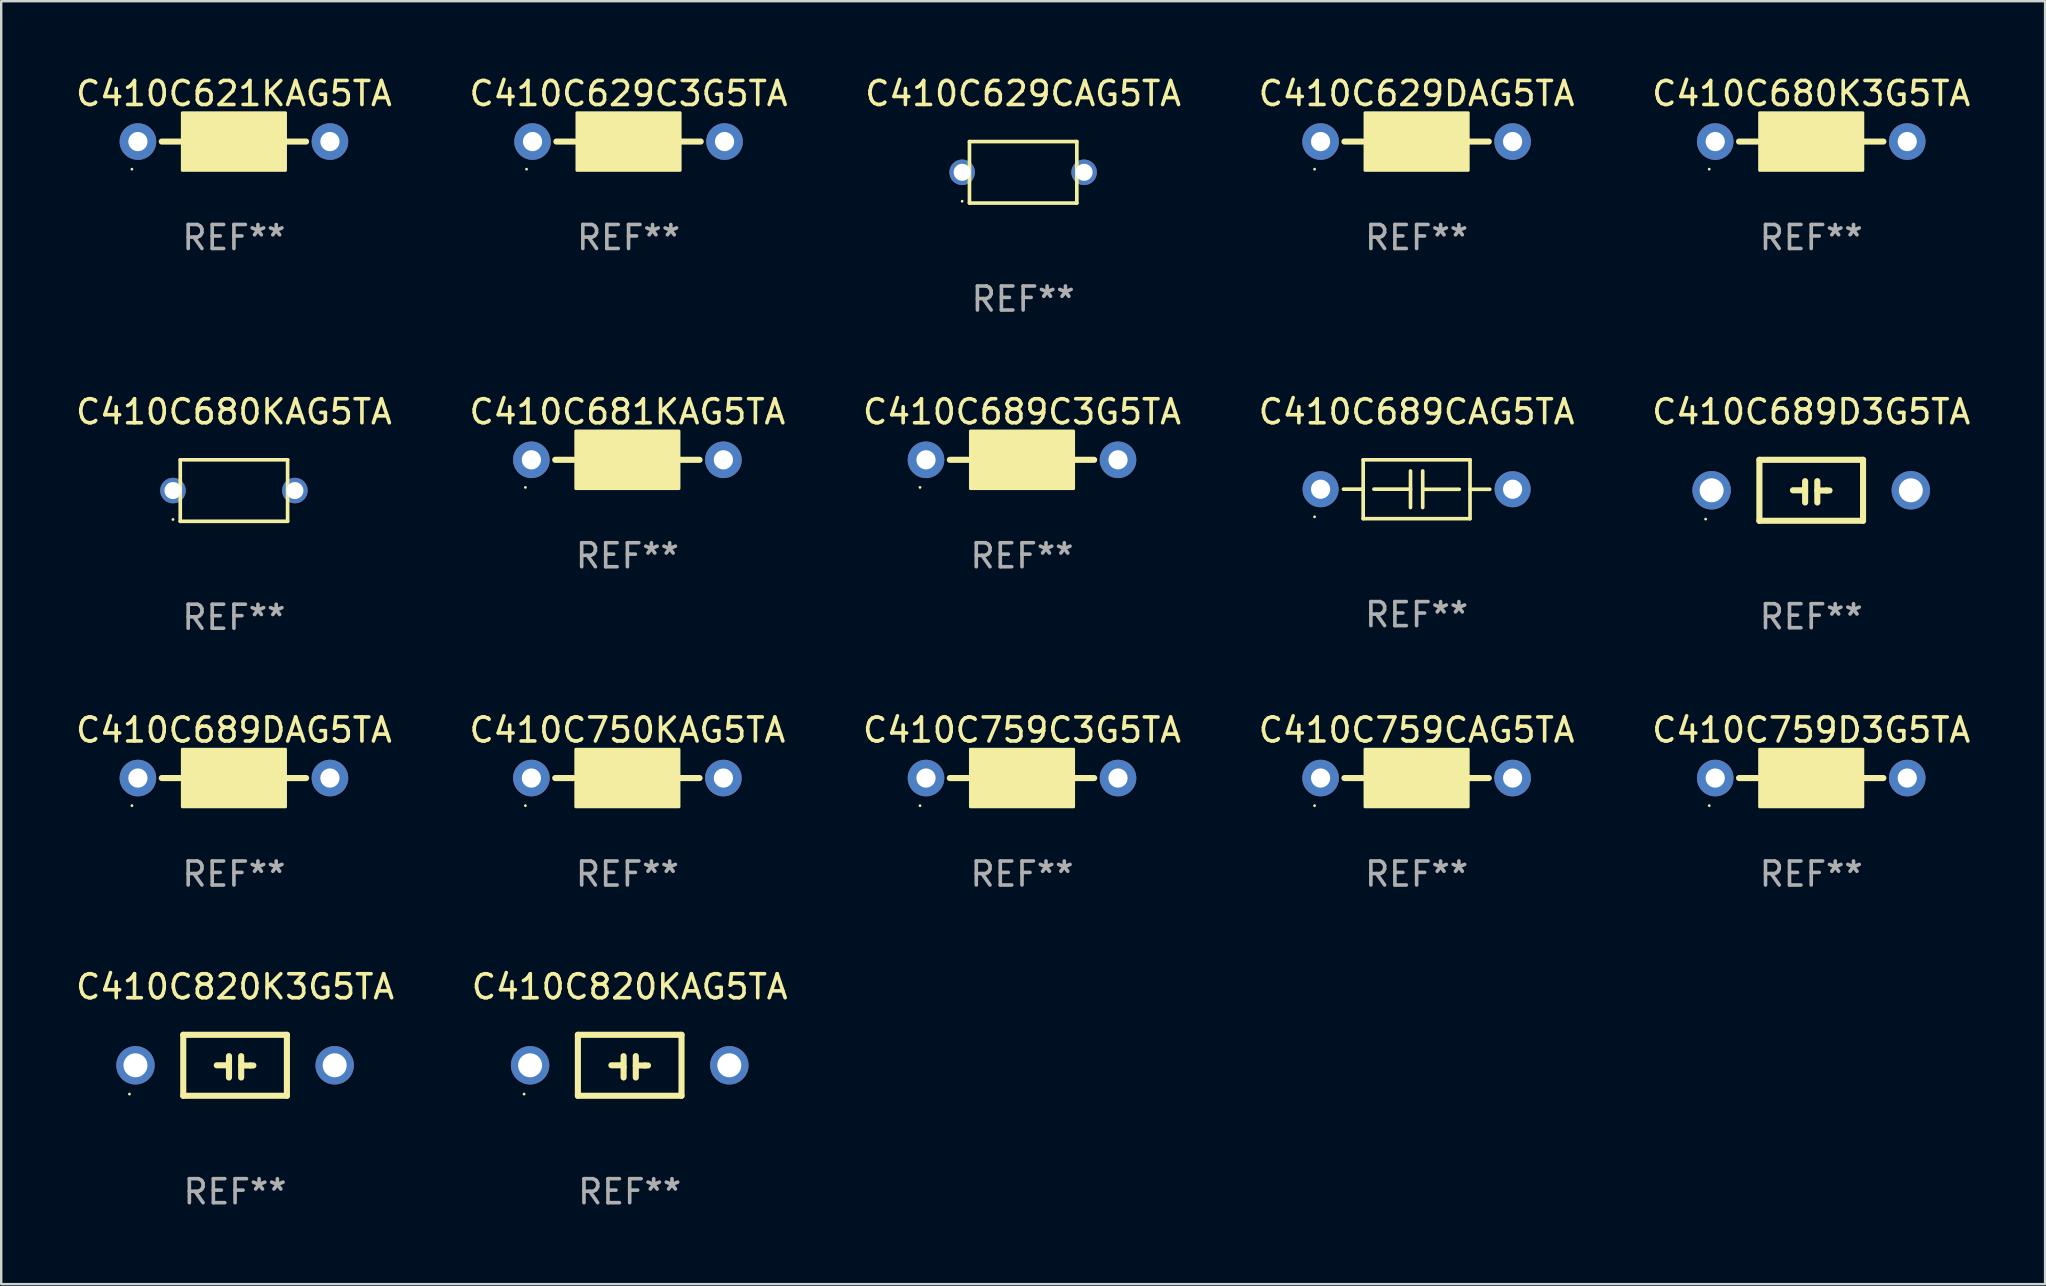
<source format=kicad_pcb>
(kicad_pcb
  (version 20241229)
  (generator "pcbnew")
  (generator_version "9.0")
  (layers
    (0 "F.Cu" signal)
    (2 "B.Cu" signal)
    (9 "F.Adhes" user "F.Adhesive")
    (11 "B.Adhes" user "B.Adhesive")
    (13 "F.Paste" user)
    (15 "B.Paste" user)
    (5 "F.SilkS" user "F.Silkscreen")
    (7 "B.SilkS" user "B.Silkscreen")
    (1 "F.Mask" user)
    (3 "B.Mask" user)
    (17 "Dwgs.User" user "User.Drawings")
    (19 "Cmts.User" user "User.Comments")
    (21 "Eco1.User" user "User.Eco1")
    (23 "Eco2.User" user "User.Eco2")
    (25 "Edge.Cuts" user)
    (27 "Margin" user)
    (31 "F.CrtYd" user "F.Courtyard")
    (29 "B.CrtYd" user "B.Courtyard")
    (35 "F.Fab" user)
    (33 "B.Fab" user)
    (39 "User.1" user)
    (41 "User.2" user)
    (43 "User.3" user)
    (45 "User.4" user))
  (footprint "C410C689CAG5TA"
    (layer "F.Cu")
    (at 55.97 17.333)
    (property "Reference" "C410C689CAG5TA" (at 0 -3.226 0) (layer "F.SilkS") (effects (font (size 1 1) (thickness 0.15))))
    (attr through_hole)
    (fp_line (start -2.226 -0.002) (end -3.048 -0.002) (stroke (width 0.152) (type solid)) (layer "F.SilkS"))
    (fp_line (start -2.226 -1.226) (end 2.226 -1.226) (stroke (width 0.152) (type solid)) (layer "F.SilkS"))
    (fp_line (start -2.226 1.226) (end -2.226 -1.226) (stroke (width 0.152) (type solid)) (layer "F.SilkS"))
    (fp_line (start -0.254 -0.762) (end -0.254 0.762) (stroke (width 0.152) (type solid)) (layer "F.SilkS"))
    (fp_line (start -0.254 -0.003) (end -1.778 -0.003) (stroke (width 0.152) (type solid)) (layer "F.SilkS"))
    (fp_line (start 0.254 0.003) (end 1.778 0.003) (stroke (width 0.152) (type solid)) (layer "F.SilkS"))
    (fp_line (start 0.254 0.762) (end 0.254 -0.762) (stroke (width 0.152) (type solid)) (layer "F.SilkS"))
    (fp_line (start 2.226 -1.226) (end 2.226 1.226) (stroke (width 0.152) (type solid)) (layer "F.SilkS"))
    (fp_line (start 2.226 0.002) (end 3.048 0.002) (stroke (width 0.152) (type solid)) (layer "F.SilkS"))
    (fp_line (start 2.226 1.226) (end -2.226 1.226) (stroke (width 0.152) (type solid)) (layer "F.SilkS"))
    (fp_circle (center -4.25 1.15) (end -4.22 1.15) (stroke (width 0.06) (type solid)) (fill no) (layer "F.SilkS"))
    (fp_text user "REF**" (at 0 5.226 0) (layer "F.Fab") (effects (font (size 1 1) (thickness 0.15))))
    (pad "1" thru_hole circle (at -4 0) (size 1.5 1.5) (drill 0.8) (layers "*.Cu" "*.Mask"))
    (pad "2" thru_hole circle (at 4 0) (size 1.5 1.5) (drill 0.8) (layers "*.Cu" "*.Mask")))
  (footprint "C410C750KAG5TA"
    (layer "F.Cu")
    (at 23.089 29.366)
    (property "Reference" "C410C750KAG5TA" (at 0 -2 0) (layer "F.SilkS") (effects (font (size 1 1) (thickness 0.15))))
    (attr through_hole)
    (fp_line (start -2.25 0) (end -3.007 0) (stroke (width 0.254) (type solid)) (layer "F.SilkS"))
    (fp_line (start 2.2 0) (end 3.007 0) (stroke (width 0.254) (type solid)) (layer "F.SilkS"))
    (fp_circle (center -4.25 1.15) (end -4.22 1.15) (stroke (width 0.06) (type solid)) (fill no) (layer "F.SilkS"))
    (fp_poly (pts (xy -2.15 -1.2) (xy 2.15 -1.2) (xy 2.15 1.2) (xy -2.15 1.2)) (stroke (width 0.12) (type solid)) (fill yes) (layer "F.SilkS"))
    (fp_text user "REF**" (at 0 4 0) (layer "F.Fab") (effects (font (size 1 1) (thickness 0.15))))
    (pad "1" thru_hole circle (at -4 0) (size 1.524 1.524) (drill 0.8) (layers "*.Cu" "*.Mask"))
    (pad "2" thru_hole circle (at 4 0) (size 1.524 1.524) (drill 0.8) (layers "*.Cu" "*.Mask")))
  (footprint "C410C689DAG5TA"
    (layer "F.Cu")
    (at 6.696 29.366)
    (property "Reference" "C410C689DAG5TA" (at 0 -2 0) (layer "F.SilkS") (effects (font (size 1 1) (thickness 0.15))))
    (attr through_hole)
    (fp_line (start -2.25 0) (end -3.007 0) (stroke (width 0.254) (type solid)) (layer "F.SilkS"))
    (fp_line (start 2.2 0) (end 3.007 0) (stroke (width 0.254) (type solid)) (layer "F.SilkS"))
    (fp_circle (center -4.25 1.15) (end -4.22 1.15) (stroke (width 0.06) (type solid)) (fill no) (layer "F.SilkS"))
    (fp_poly (pts (xy -2.15 -1.2) (xy 2.15 -1.2) (xy 2.15 1.2) (xy -2.15 1.2)) (stroke (width 0.12) (type solid)) (fill yes) (layer "F.SilkS"))
    (fp_text user "REF**" (at 0 4 0) (layer "F.Fab") (effects (font (size 1 1) (thickness 0.15))))
    (pad "1" thru_hole circle (at -4 0) (size 1.524 1.524) (drill 0.8) (layers "*.Cu" "*.Mask"))
    (pad "2" thru_hole circle (at 4 0) (size 1.524 1.524) (drill 0.8) (layers "*.Cu" "*.Mask")))
  (footprint "C410C820KAG5TA"
    (layer "F.Cu")
    (at 23.185 41.333)
    (property "Reference" "C410C820KAG5TA" (at 0 -3.27 0) (layer "F.SilkS") (effects (font (size 1 1) (thickness 0.15))))
    (attr through_hole)
    (fp_line (start -2.159 -1.27) (end -2.159 1.27) (stroke (width 0.254) (type solid)) (layer "F.SilkS"))
    (fp_line (start -2.159 1.27) (end 2.159 1.27) (stroke (width 0.254) (type solid)) (layer "F.SilkS"))
    (fp_line (start -0.762 0) (end -0.322 0) (stroke (width 0.254) (type solid)) (layer "F.SilkS"))
    (fp_line (start -0.322 0) (end -0.254 0.068) (stroke (width 0.254) (type solid)) (layer "F.SilkS"))
    (fp_line (start -0.254 -0.381) (end -0.254 0.508) (stroke (width 0.254) (type solid)) (layer "F.SilkS"))
    (fp_line (start 0.254 -0.381) (end 0.254 0.508) (stroke (width 0.254) (type solid)) (layer "F.SilkS"))
    (fp_line (start 0.254 0.008) (end 0.635 0.008) (stroke (width 0.254) (type solid)) (layer "F.SilkS"))
    (fp_line (start 0.635 0.008) (end 0.762 0.008) (stroke (width 0.254) (type solid)) (layer "F.SilkS"))
    (fp_line (start 2.159 -1.27) (end -2.159 -1.27) (stroke (width 0.254) (type solid)) (layer "F.SilkS"))
    (fp_line (start 2.159 1.27) (end 2.159 -1.27) (stroke (width 0.254) (type solid)) (layer "F.SilkS"))
    (fp_circle (center -4.4 1.2) (end -4.37 1.2) (stroke (width 0.06) (type solid)) (fill no) (layer "F.SilkS"))
    (fp_text user "REF**" (at 0 5.27 0) (layer "F.Fab") (effects (font (size 1 1) (thickness 0.15))))
    (pad "1" thru_hole circle (at -4.15 0) (size 1.6 1.6) (drill 1) (layers "*.Cu" "*.Mask"))
    (pad "2" thru_hole circle (at 4.15 0) (size 1.6 1.6) (drill 1) (layers "*.Cu" "*.Mask")))
  (footprint "C410C689D3G5TA"
    (layer "F.Cu")
    (at 72.411 17.377)
    (property "Reference" "C410C689D3G5TA" (at 0 -3.27 0) (layer "F.SilkS") (effects (font (size 1 1) (thickness 0.15))))
    (attr through_hole)
    (fp_line (start -2.159 -1.27) (end -2.159 1.27) (stroke (width 0.254) (type solid)) (layer "F.SilkS"))
    (fp_line (start -2.159 1.27) (end 2.159 1.27) (stroke (width 0.254) (type solid)) (layer "F.SilkS"))
    (fp_line (start -0.762 0) (end -0.322 0) (stroke (width 0.254) (type solid)) (layer "F.SilkS"))
    (fp_line (start -0.322 0) (end -0.254 0.068) (stroke (width 0.254) (type solid)) (layer "F.SilkS"))
    (fp_line (start -0.254 -0.381) (end -0.254 0.508) (stroke (width 0.254) (type solid)) (layer "F.SilkS"))
    (fp_line (start 0.254 -0.381) (end 0.254 0.508) (stroke (width 0.254) (type solid)) (layer "F.SilkS"))
    (fp_line (start 0.254 0.008) (end 0.635 0.008) (stroke (width 0.254) (type solid)) (layer "F.SilkS"))
    (fp_line (start 0.635 0.008) (end 0.762 0.008) (stroke (width 0.254) (type solid)) (layer "F.SilkS"))
    (fp_line (start 2.159 -1.27) (end -2.159 -1.27) (stroke (width 0.254) (type solid)) (layer "F.SilkS"))
    (fp_line (start 2.159 1.27) (end 2.159 -1.27) (stroke (width 0.254) (type solid)) (layer "F.SilkS"))
    (fp_circle (center -4.4 1.2) (end -4.37 1.2) (stroke (width 0.06) (type solid)) (fill no) (layer "F.SilkS"))
    (fp_text user "REF**" (at 0 5.27 0) (layer "F.Fab") (effects (font (size 1 1) (thickness 0.15))))
    (pad "1" thru_hole circle (at -4.15 0) (size 1.6 1.6) (drill 1) (layers "*.Cu" "*.Mask"))
    (pad "2" thru_hole circle (at 4.15 0) (size 1.6 1.6) (drill 1) (layers "*.Cu" "*.Mask")))
  (footprint "C410C689C3G5TA"
    (layer "F.Cu")
    (at 39.53 16.107)
    (property "Reference" "C410C689C3G5TA" (at 0 -2 0) (layer "F.SilkS") (effects (font (size 1 1) (thickness 0.15))))
    (attr through_hole)
    (fp_line (start -2.25 0) (end -3.007 0) (stroke (width 0.254) (type solid)) (layer "F.SilkS"))
    (fp_line (start 2.2 0) (end 3.007 0) (stroke (width 0.254) (type solid)) (layer "F.SilkS"))
    (fp_circle (center -4.25 1.15) (end -4.22 1.15) (stroke (width 0.06) (type solid)) (fill no) (layer "F.SilkS"))
    (fp_poly (pts (xy -2.15 -1.2) (xy 2.15 -1.2) (xy 2.15 1.2) (xy -2.15 1.2)) (stroke (width 0.12) (type solid)) (fill yes) (layer "F.SilkS"))
    (fp_text user "REF**" (at 0 4 0) (layer "F.Fab") (effects (font (size 1 1) (thickness 0.15))))
    (pad "1" thru_hole circle (at -4 0) (size 1.524 1.524) (drill 0.8) (layers "*.Cu" "*.Mask"))
    (pad "2" thru_hole circle (at 4 0) (size 1.524 1.524) (drill 0.8) (layers "*.Cu" "*.Mask")))
  (footprint "C410C680K3G5TA"
    (layer "F.Cu")
    (at 72.411 2.848)
    (property "Reference" "C410C680K3G5TA" (at 0 -2 0) (layer "F.SilkS") (effects (font (size 1 1) (thickness 0.15))))
    (attr through_hole)
    (fp_line (start -2.25 0) (end -3.007 0) (stroke (width 0.254) (type solid)) (layer "F.SilkS"))
    (fp_line (start 2.2 0) (end 3.007 0) (stroke (width 0.254) (type solid)) (layer "F.SilkS"))
    (fp_circle (center -4.25 1.15) (end -4.22 1.15) (stroke (width 0.06) (type solid)) (fill no) (layer "F.SilkS"))
    (fp_poly (pts (xy -2.15 -1.2) (xy 2.15 -1.2) (xy 2.15 1.2) (xy -2.15 1.2)) (stroke (width 0.12) (type solid)) (fill yes) (layer "F.SilkS"))
    (fp_text user "REF**" (at 0 4 0) (layer "F.Fab") (effects (font (size 1 1) (thickness 0.15))))
    (pad "1" thru_hole circle (at -4 0) (size 1.524 1.524) (drill 0.8) (layers "*.Cu" "*.Mask"))
    (pad "2" thru_hole circle (at 4 0) (size 1.524 1.524) (drill 0.8) (layers "*.Cu" "*.Mask")))
  (footprint "C410C680KAG5TA"
    (layer "F.Cu")
    (at 6.696 17.388)
    (property "Reference" "C410C680KAG5TA" (at 0 -3.281 0) (layer "F.SilkS") (effects (font (size 1 1) (thickness 0.15))))
    (attr through_hole)
    (fp_line (start -2.236 -1.281) (end 2.236 -1.281) (stroke (width 0.152) (type solid)) (layer "F.SilkS"))
    (fp_line (start -2.236 1.281) (end -2.236 -1.281) (stroke (width 0.152) (type solid)) (layer "F.SilkS"))
    (fp_line (start 2.236 -1.281) (end 2.236 1.281) (stroke (width 0.152) (type solid)) (layer "F.SilkS"))
    (fp_line (start 2.236 1.281) (end -2.236 1.281) (stroke (width 0.152) (type solid)) (layer "F.SilkS"))
    (fp_circle (center -2.54 1.205) (end -2.51 1.205) (stroke (width 0.06) (type solid)) (fill no) (layer "F.SilkS"))
    (fp_text user "REF**" (at 0 5.281 0) (layer "F.Fab") (effects (font (size 1 1) (thickness 0.15))))
    (pad "1" thru_hole circle (at -2.54 0) (size 1.065 1.065) (drill 0.71) (layers "*.Cu" "*.Mask"))
    (pad "2" thru_hole circle (at 2.54 0) (size 1.065 1.065) (drill 0.71) (layers "*.Cu" "*.Mask")))
  (footprint "C410C629C3G5TA"
    (layer "F.Cu")
    (at 23.137 2.848)
    (property "Reference" "C410C629C3G5TA" (at 0 -2 0) (layer "F.SilkS") (effects (font (size 1 1) (thickness 0.15))))
    (attr through_hole)
    (fp_line (start -2.25 0) (end -3.007 0) (stroke (width 0.254) (type solid)) (layer "F.SilkS"))
    (fp_line (start 2.2 0) (end 3.007 0) (stroke (width 0.254) (type solid)) (layer "F.SilkS"))
    (fp_circle (center -4.25 1.15) (end -4.22 1.15) (stroke (width 0.06) (type solid)) (fill no) (layer "F.SilkS"))
    (fp_poly (pts (xy -2.15 -1.2) (xy 2.15 -1.2) (xy 2.15 1.2) (xy -2.15 1.2)) (stroke (width 0.12) (type solid)) (fill yes) (layer "F.SilkS"))
    (fp_text user "REF**" (at 0 4 0) (layer "F.Fab") (effects (font (size 1 1) (thickness 0.15))))
    (pad "1" thru_hole circle (at -4 0) (size 1.524 1.524) (drill 0.8) (layers "*.Cu" "*.Mask"))
    (pad "2" thru_hole circle (at 4 0) (size 1.524 1.524) (drill 0.8) (layers "*.Cu" "*.Mask")))
  (footprint "C410C621KAG5TA"
    (layer "F.Cu")
    (at 6.696 2.848)
    (property "Reference" "C410C621KAG5TA" (at 0 -2 0) (layer "F.SilkS") (effects (font (size 1 1) (thickness 0.15))))
    (attr through_hole)
    (fp_line (start -2.25 0) (end -3.007 0) (stroke (width 0.254) (type solid)) (layer "F.SilkS"))
    (fp_line (start 2.2 0) (end 3.007 0) (stroke (width 0.254) (type solid)) (layer "F.SilkS"))
    (fp_circle (center -4.25 1.15) (end -4.22 1.15) (stroke (width 0.06) (type solid)) (fill no) (layer "F.SilkS"))
    (fp_poly (pts (xy -2.15 -1.2) (xy 2.15 -1.2) (xy 2.15 1.2) (xy -2.15 1.2)) (stroke (width 0.12) (type solid)) (fill yes) (layer "F.SilkS"))
    (fp_text user "REF**" (at 0 4 0) (layer "F.Fab") (effects (font (size 1 1) (thickness 0.15))))
    (pad "1" thru_hole circle (at -4 0) (size 1.524 1.524) (drill 0.8) (layers "*.Cu" "*.Mask"))
    (pad "2" thru_hole circle (at 4 0) (size 1.524 1.524) (drill 0.8) (layers "*.Cu" "*.Mask")))
  (footprint "C410C681KAG5TA"
    (layer "F.Cu")
    (at 23.089 16.107)
    (property "Reference" "C410C681KAG5TA" (at 0 -2 0) (layer "F.SilkS") (effects (font (size 1 1) (thickness 0.15))))
    (attr through_hole)
    (fp_line (start -2.25 0) (end -3.007 0) (stroke (width 0.254) (type solid)) (layer "F.SilkS"))
    (fp_line (start 2.2 0) (end 3.007 0) (stroke (width 0.254) (type solid)) (layer "F.SilkS"))
    (fp_circle (center -4.25 1.15) (end -4.22 1.15) (stroke (width 0.06) (type solid)) (fill no) (layer "F.SilkS"))
    (fp_poly (pts (xy -2.15 -1.2) (xy 2.15 -1.2) (xy 2.15 1.2) (xy -2.15 1.2)) (stroke (width 0.12) (type solid)) (fill yes) (layer "F.SilkS"))
    (fp_text user "REF**" (at 0 4 0) (layer "F.Fab") (effects (font (size 1 1) (thickness 0.15))))
    (pad "1" thru_hole circle (at -4 0) (size 1.524 1.524) (drill 0.8) (layers "*.Cu" "*.Mask"))
    (pad "2" thru_hole circle (at 4 0) (size 1.524 1.524) (drill 0.8) (layers "*.Cu" "*.Mask")))
  (footprint "C410C820K3G5TA"
    (layer "F.Cu")
    (at 6.744 41.333)
    (property "Reference" "C410C820K3G5TA" (at 0 -3.27 0) (layer "F.SilkS") (effects (font (size 1 1) (thickness 0.15))))
    (attr through_hole)
    (fp_line (start -2.159 -1.27) (end -2.159 1.27) (stroke (width 0.254) (type solid)) (layer "F.SilkS"))
    (fp_line (start -2.159 1.27) (end 2.159 1.27) (stroke (width 0.254) (type solid)) (layer "F.SilkS"))
    (fp_line (start -0.762 0) (end -0.322 0) (stroke (width 0.254) (type solid)) (layer "F.SilkS"))
    (fp_line (start -0.322 0) (end -0.254 0.068) (stroke (width 0.254) (type solid)) (layer "F.SilkS"))
    (fp_line (start -0.254 -0.381) (end -0.254 0.508) (stroke (width 0.254) (type solid)) (layer "F.SilkS"))
    (fp_line (start 0.254 -0.381) (end 0.254 0.508) (stroke (width 0.254) (type solid)) (layer "F.SilkS"))
    (fp_line (start 0.254 0.008) (end 0.635 0.008) (stroke (width 0.254) (type solid)) (layer "F.SilkS"))
    (fp_line (start 0.635 0.008) (end 0.762 0.008) (stroke (width 0.254) (type solid)) (layer "F.SilkS"))
    (fp_line (start 2.159 -1.27) (end -2.159 -1.27) (stroke (width 0.254) (type solid)) (layer "F.SilkS"))
    (fp_line (start 2.159 1.27) (end 2.159 -1.27) (stroke (width 0.254) (type solid)) (layer "F.SilkS"))
    (fp_circle (center -4.4 1.2) (end -4.37 1.2) (stroke (width 0.06) (type solid)) (fill no) (layer "F.SilkS"))
    (fp_text user "REF**" (at 0 5.27 0) (layer "F.Fab") (effects (font (size 1 1) (thickness 0.15))))
    (pad "1" thru_hole circle (at -4.15 0) (size 1.6 1.6) (drill 1) (layers "*.Cu" "*.Mask"))
    (pad "2" thru_hole circle (at 4.15 0) (size 1.6 1.6) (drill 1) (layers "*.Cu" "*.Mask")))
  (footprint "C410C629CAG5TA"
    (layer "F.Cu")
    (at 39.577 4.129)
    (property "Reference" "C410C629CAG5TA" (at 0 -3.281 0) (layer "F.SilkS") (effects (font (size 1 1) (thickness 0.15))))
    (attr through_hole)
    (fp_line (start -2.236 -1.281) (end 2.236 -1.281) (stroke (width 0.152) (type solid)) (layer "F.SilkS"))
    (fp_line (start -2.236 1.281) (end -2.236 -1.281) (stroke (width 0.152) (type solid)) (layer "F.SilkS"))
    (fp_line (start 2.236 -1.281) (end 2.236 1.281) (stroke (width 0.152) (type solid)) (layer "F.SilkS"))
    (fp_line (start 2.236 1.281) (end -2.236 1.281) (stroke (width 0.152) (type solid)) (layer "F.SilkS"))
    (fp_circle (center -2.54 1.205) (end -2.51 1.205) (stroke (width 0.06) (type solid)) (fill no) (layer "F.SilkS"))
    (fp_text user "REF**" (at 0 5.281 0) (layer "F.Fab") (effects (font (size 1 1) (thickness 0.15))))
    (pad "1" thru_hole circle (at -2.54 0) (size 1.065 1.065) (drill 0.71) (layers "*.Cu" "*.Mask"))
    (pad "2" thru_hole circle (at 2.54 0) (size 1.065 1.065) (drill 0.71) (layers "*.Cu" "*.Mask")))
  (footprint "C410C759CAG5TA"
    (layer "F.Cu")
    (at 55.97 29.366)
    (property "Reference" "C410C759CAG5TA" (at 0 -2 0) (layer "F.SilkS") (effects (font (size 1 1) (thickness 0.15))))
    (attr through_hole)
    (fp_line (start -2.25 0) (end -3.007 0) (stroke (width 0.254) (type solid)) (layer "F.SilkS"))
    (fp_line (start 2.2 0) (end 3.007 0) (stroke (width 0.254) (type solid)) (layer "F.SilkS"))
    (fp_circle (center -4.25 1.15) (end -4.22 1.15) (stroke (width 0.06) (type solid)) (fill no) (layer "F.SilkS"))
    (fp_poly (pts (xy -2.15 -1.2) (xy 2.15 -1.2) (xy 2.15 1.2) (xy -2.15 1.2)) (stroke (width 0.12) (type solid)) (fill yes) (layer "F.SilkS"))
    (fp_text user "REF**" (at 0 4 0) (layer "F.Fab") (effects (font (size 1 1) (thickness 0.15))))
    (pad "1" thru_hole circle (at -4 0) (size 1.524 1.524) (drill 0.8) (layers "*.Cu" "*.Mask"))
    (pad "2" thru_hole circle (at 4 0) (size 1.524 1.524) (drill 0.8) (layers "*.Cu" "*.Mask")))
  (footprint "C410C629DAG5TA"
    (layer "F.Cu")
    (at 55.97 2.848)
    (property "Reference" "C410C629DAG5TA" (at 0 -2 0) (layer "F.SilkS") (effects (font (size 1 1) (thickness 0.15))))
    (attr through_hole)
    (fp_line (start -2.25 0) (end -3.007 0) (stroke (width 0.254) (type solid)) (layer "F.SilkS"))
    (fp_line (start 2.2 0) (end 3.007 0) (stroke (width 0.254) (type solid)) (layer "F.SilkS"))
    (fp_circle (center -4.25 1.15) (end -4.22 1.15) (stroke (width 0.06) (type solid)) (fill no) (layer "F.SilkS"))
    (fp_poly (pts (xy -2.15 -1.2) (xy 2.15 -1.2) (xy 2.15 1.2) (xy -2.15 1.2)) (stroke (width 0.12) (type solid)) (fill yes) (layer "F.SilkS"))
    (fp_text user "REF**" (at 0 4 0) (layer "F.Fab") (effects (font (size 1 1) (thickness 0.15))))
    (pad "1" thru_hole circle (at -4 0) (size 1.524 1.524) (drill 0.8) (layers "*.Cu" "*.Mask"))
    (pad "2" thru_hole circle (at 4 0) (size 1.524 1.524) (drill 0.8) (layers "*.Cu" "*.Mask")))
  (footprint "C410C759D3G5TA"
    (layer "F.Cu")
    (at 72.411 29.366)
    (property "Reference" "C410C759D3G5TA" (at 0 -2 0) (layer "F.SilkS") (effects (font (size 1 1) (thickness 0.15))))
    (attr through_hole)
    (fp_line (start -2.25 0) (end -3.007 0) (stroke (width 0.254) (type solid)) (layer "F.SilkS"))
    (fp_line (start 2.2 0) (end 3.007 0) (stroke (width 0.254) (type solid)) (layer "F.SilkS"))
    (fp_circle (center -4.25 1.15) (end -4.22 1.15) (stroke (width 0.06) (type solid)) (fill no) (layer "F.SilkS"))
    (fp_poly (pts (xy -2.15 -1.2) (xy 2.15 -1.2) (xy 2.15 1.2) (xy -2.15 1.2)) (stroke (width 0.12) (type solid)) (fill yes) (layer "F.SilkS"))
    (fp_text user "REF**" (at 0 4 0) (layer "F.Fab") (effects (font (size 1 1) (thickness 0.15))))
    (pad "1" thru_hole circle (at -4 0) (size 1.524 1.524) (drill 0.8) (layers "*.Cu" "*.Mask"))
    (pad "2" thru_hole circle (at 4 0) (size 1.524 1.524) (drill 0.8) (layers "*.Cu" "*.Mask")))
  (footprint "C410C759C3G5TA"
    (layer "F.Cu")
    (at 39.53 29.366)
    (property "Reference" "C410C759C3G5TA" (at 0 -2 0) (layer "F.SilkS") (effects (font (size 1 1) (thickness 0.15))))
    (attr through_hole)
    (fp_line (start -2.25 0) (end -3.007 0) (stroke (width 0.254) (type solid)) (layer "F.SilkS"))
    (fp_line (start 2.2 0) (end 3.007 0) (stroke (width 0.254) (type solid)) (layer "F.SilkS"))
    (fp_circle (center -4.25 1.15) (end -4.22 1.15) (stroke (width 0.06) (type solid)) (fill no) (layer "F.SilkS"))
    (fp_poly (pts (xy -2.15 -1.2) (xy 2.15 -1.2) (xy 2.15 1.2) (xy -2.15 1.2)) (stroke (width 0.12) (type solid)) (fill yes) (layer "F.SilkS"))
    (fp_text user "REF**" (at 0 4 0) (layer "F.Fab") (effects (font (size 1 1) (thickness 0.15))))
    (pad "1" thru_hole circle (at -4 0) (size 1.524 1.524) (drill 0.8) (layers "*.Cu" "*.Mask"))
    (pad "2" thru_hole circle (at 4 0) (size 1.524 1.524) (drill 0.8) (layers "*.Cu" "*.Mask")))
  (gr_rect
    (start -3 -3)
    (end 82.155 50.451)
    (stroke (width 0.1) (type default))
    (fill no)
    (layer "Edge.Cuts")))
</source>
